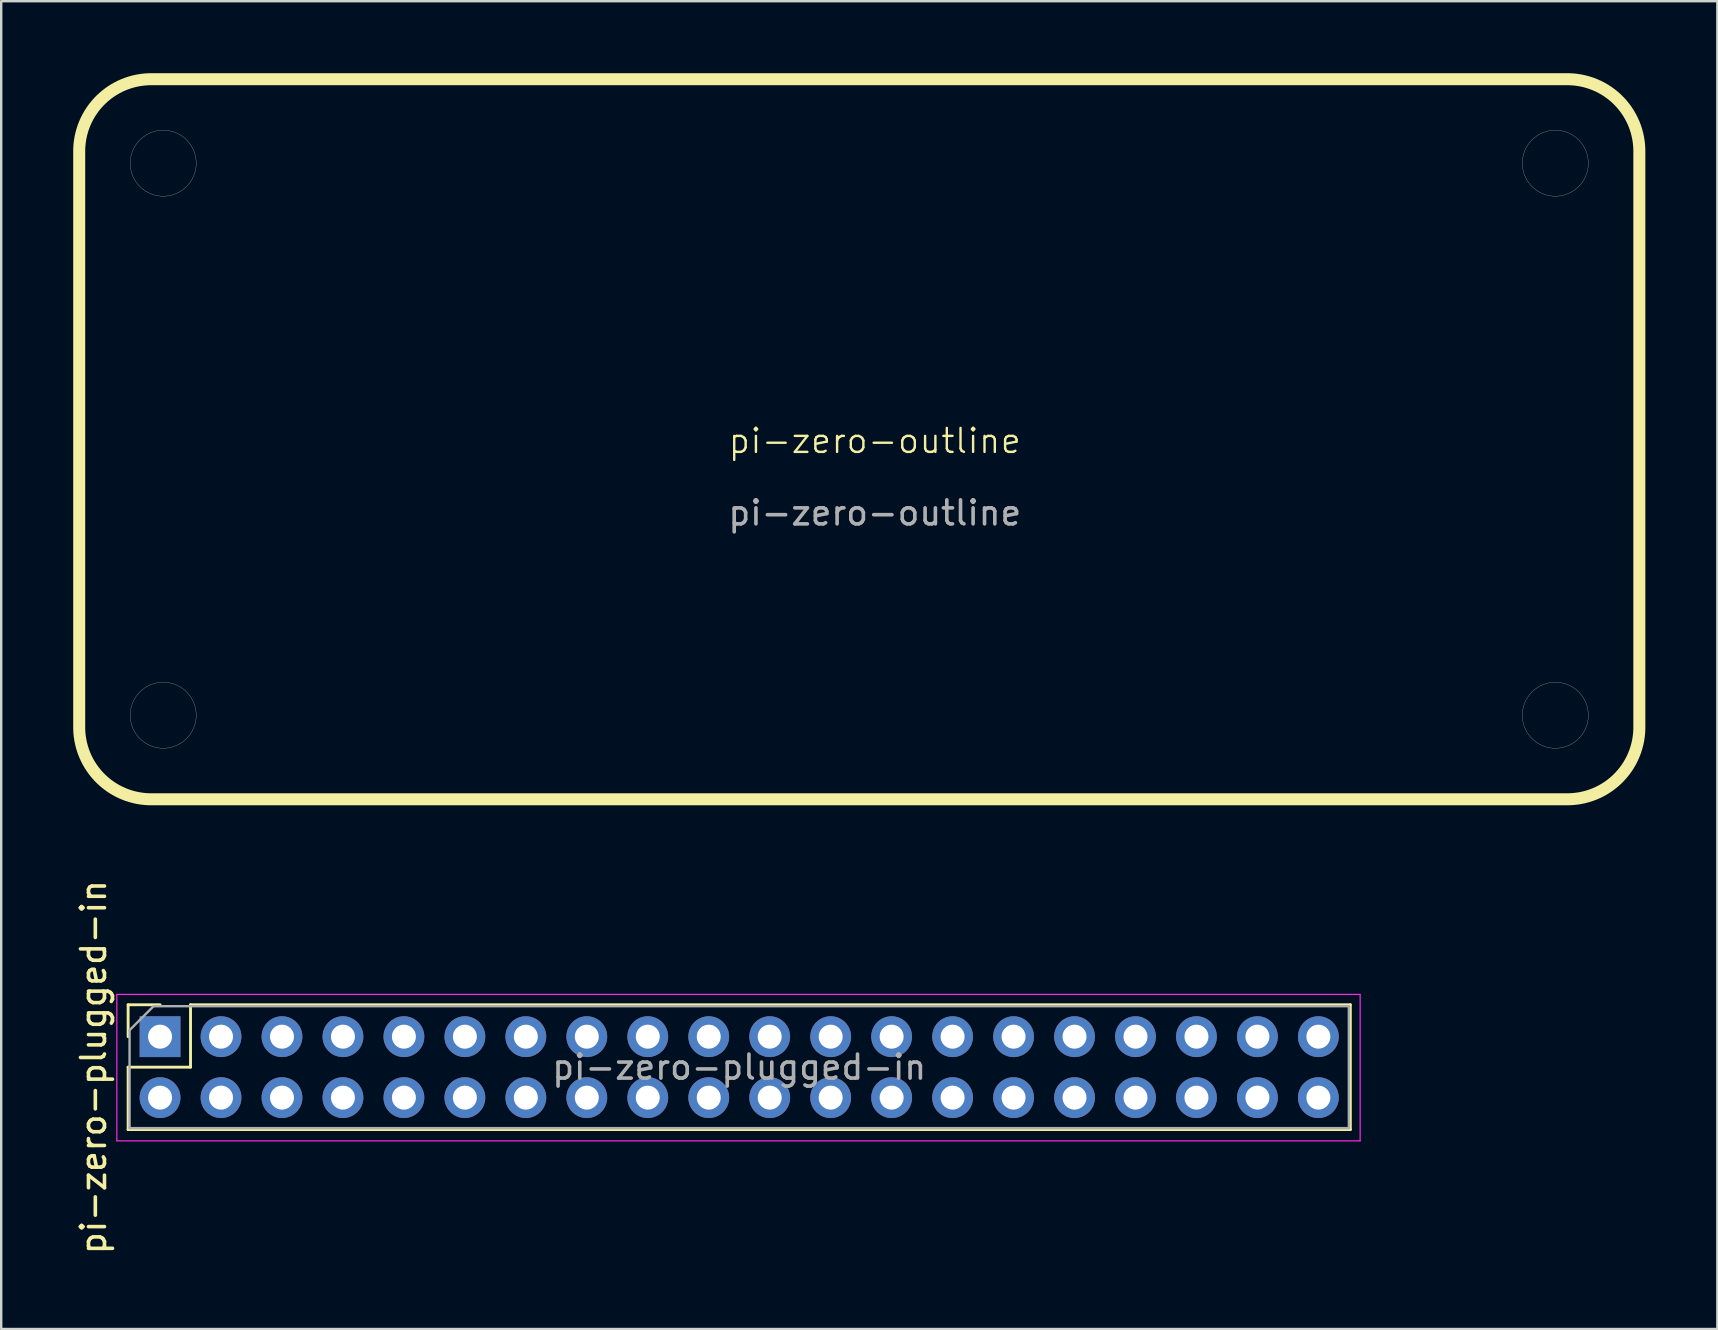
<source format=kicad_pcb>
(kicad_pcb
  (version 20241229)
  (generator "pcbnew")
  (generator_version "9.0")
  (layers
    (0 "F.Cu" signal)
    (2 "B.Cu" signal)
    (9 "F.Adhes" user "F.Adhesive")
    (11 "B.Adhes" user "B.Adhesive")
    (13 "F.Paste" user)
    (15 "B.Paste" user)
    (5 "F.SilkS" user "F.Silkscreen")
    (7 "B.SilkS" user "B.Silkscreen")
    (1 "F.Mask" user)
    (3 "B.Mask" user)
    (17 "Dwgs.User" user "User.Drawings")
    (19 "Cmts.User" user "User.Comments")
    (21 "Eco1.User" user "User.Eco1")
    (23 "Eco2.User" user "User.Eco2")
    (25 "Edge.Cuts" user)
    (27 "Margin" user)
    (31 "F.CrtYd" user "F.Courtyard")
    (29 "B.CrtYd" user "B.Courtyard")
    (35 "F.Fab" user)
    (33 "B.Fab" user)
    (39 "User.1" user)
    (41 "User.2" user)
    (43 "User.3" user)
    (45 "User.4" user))
  (footprint "pi-zero-outline"
    (layer "F.Cu")
    (at 33.397 15.82)
    (property "Reference" "pi-zero-outline" (at 0 -0.5 0) (unlocked yes) (layer "F.SilkS") (effects (font (size 1 1) (thickness 0.1))))
    (fp_poly (pts (arc (start -30.146999 -15.569999) (mid -32.26832 -14.691319) (end -33.147 -12.569998)) (arc (start -33.147 11.43) (mid -32.26832 13.551321) (end -30.146999 14.430001)) (arc (start 28.853 14.430001) (mid 30.97432 13.551321) (end 31.853 11.430001)) (arc (start 31.853 -12.569999) (mid 30.97432 -14.691319) (end 28.853 -15.569999))) (stroke (width 0.5) (type solid)) (fill no) (layer "F.SilkS"))
    (fp_circle (center -29.647 -12.07) (end -28.272 -12.07) (stroke (width 0.01) (type default)) (fill no) (layer "Edge.Cuts"))
    (fp_circle (center -29.647 10.93) (end -28.272 10.93) (stroke (width 0.01) (type default)) (fill no) (layer "Edge.Cuts"))
    (fp_circle (center 28.353 -12.07) (end 29.728 -12.07) (stroke (width 0.01) (type default)) (fill no) (layer "Edge.Cuts"))
    (fp_circle (center 28.353 10.93) (end 29.728 10.93) (stroke (width 0.01) (type default)) (fill no) (layer "Edge.Cuts"))
    (fp_poly (pts (xy -26.047 -9.53) (xy 24.753 -9.53) (xy 24.753 -14.61) (xy -26.047 -14.61)) (stroke (width 0.1) (type solid)) (fill no) (layer "User.1"))
    (fp_text user "${REFERENCE}" (at 0 2.5 0) (unlocked yes) (layer "F.Fab") (effects (font (size 1 1) (thickness 0.15)))))
  (footprint "pi-zero-plugged-in"
    (layer "F.Cu")
    (at 27.748 41.665)
    (property "Reference" "pi-zero-plugged-in" (at -26.9 -0.254 90) (layer "F.SilkS") (effects (font (size 1 1) (thickness 0.15))))
    (attr through_hole)
    (fp_line (start -25.46 -2.854) (end -24.13 -2.854) (stroke (width 0.12) (type solid)) (layer "F.SilkS"))
    (fp_line (start -25.46 -1.524) (end -25.46 -2.854) (stroke (width 0.12) (type solid)) (layer "F.SilkS"))
    (fp_line (start -25.46 -0.254) (end -22.86 -0.254) (stroke (width 0.12) (type solid)) (layer "F.SilkS"))
    (fp_line (start -25.46 2.346) (end -25.46 -0.254) (stroke (width 0.12) (type solid)) (layer "F.SilkS"))
    (fp_line (start -25.46 2.346) (end 25.46 2.346) (stroke (width 0.12) (type solid)) (layer "F.SilkS"))
    (fp_line (start -22.86 -2.854) (end 25.46 -2.854) (stroke (width 0.12) (type solid)) (layer "F.SilkS"))
    (fp_line (start -22.86 -0.254) (end -22.86 -2.854) (stroke (width 0.12) (type solid)) (layer "F.SilkS"))
    (fp_line (start 25.46 2.346) (end 25.46 -2.854) (stroke (width 0.12) (type solid)) (layer "F.SilkS"))
    (fp_line (start -25.93 -3.284) (end 25.87 -3.284) (stroke (width 0.05) (type solid)) (layer "F.CrtYd"))
    (fp_line (start -25.93 2.816) (end -25.93 -3.284) (stroke (width 0.05) (type solid)) (layer "F.CrtYd"))
    (fp_line (start 25.87 -3.284) (end 25.87 2.816) (stroke (width 0.05) (type solid)) (layer "F.CrtYd"))
    (fp_line (start 25.87 2.816) (end -25.93 2.816) (stroke (width 0.05) (type solid)) (layer "F.CrtYd"))
    (fp_line (start -25.4 -1.794) (end -24.4 -2.794) (stroke (width 0.1) (type solid)) (layer "F.Fab"))
    (fp_line (start -25.4 2.286) (end -25.4 -1.794) (stroke (width 0.1) (type solid)) (layer "F.Fab"))
    (fp_line (start -24.4 -2.794) (end 25.4 -2.794) (stroke (width 0.1) (type solid)) (layer "F.Fab"))
    (fp_line (start 25.4 -2.794) (end 25.4 2.286) (stroke (width 0.1) (type solid)) (layer "F.Fab"))
    (fp_line (start 25.4 2.286) (end -25.4 2.286) (stroke (width 0.1) (type solid)) (layer "F.Fab"))
    (fp_text user "${REFERENCE}" (at 0 -0.254 180) (layer "F.Fab") (effects (font (size 1 1) (thickness 0.15))))
    (pad "1" thru_hole rect (at -24.13 -1.524 90) (size 1.7 1.7) (drill 1) (layers "*.Cu" "*.Mask"))
    (pad "2" thru_hole oval (at -24.13 1.016 90) (size 1.7 1.7) (drill 1) (layers "*.Cu" "*.Mask"))
    (pad "3" thru_hole oval (at -21.59 -1.524 90) (size 1.7 1.7) (drill 1) (layers "*.Cu" "*.Mask"))
    (pad "4" thru_hole oval (at -21.59 1.016 90) (size 1.7 1.7) (drill 1) (layers "*.Cu" "*.Mask"))
    (pad "5" thru_hole oval (at -19.05 -1.524 90) (size 1.7 1.7) (drill 1) (layers "*.Cu" "*.Mask"))
    (pad "6" thru_hole oval (at -19.05 1.016 90) (size 1.7 1.7) (drill 1) (layers "*.Cu" "*.Mask"))
    (pad "7" thru_hole oval (at -16.51 -1.524 90) (size 1.7 1.7) (drill 1) (layers "*.Cu" "*.Mask"))
    (pad "8" thru_hole oval (at -16.51 1.016 90) (size 1.7 1.7) (drill 1) (layers "*.Cu" "*.Mask"))
    (pad "9" thru_hole oval (at -13.97 -1.524 90) (size 1.7 1.7) (drill 1) (layers "*.Cu" "*.Mask"))
    (pad "10" thru_hole oval (at -13.97 1.016 90) (size 1.7 1.7) (drill 1) (layers "*.Cu" "*.Mask"))
    (pad "11" thru_hole oval (at -11.43 -1.524 90) (size 1.7 1.7) (drill 1) (layers "*.Cu" "*.Mask"))
    (pad "12" thru_hole oval (at -11.43 1.016 90) (size 1.7 1.7) (drill 1) (layers "*.Cu" "*.Mask"))
    (pad "13" thru_hole oval (at -8.89 -1.524 90) (size 1.7 1.7) (drill 1) (layers "*.Cu" "*.Mask"))
    (pad "14" thru_hole oval (at -8.89 1.016 90) (size 1.7 1.7) (drill 1) (layers "*.Cu" "*.Mask"))
    (pad "15" thru_hole oval (at -6.35 -1.524 90) (size 1.7 1.7) (drill 1) (layers "*.Cu" "*.Mask"))
    (pad "16" thru_hole oval (at -6.35 1.016 90) (size 1.7 1.7) (drill 1) (layers "*.Cu" "*.Mask"))
    (pad "17" thru_hole oval (at -3.81 -1.524 90) (size 1.7 1.7) (drill 1) (layers "*.Cu" "*.Mask"))
    (pad "18" thru_hole oval (at -3.81 1.016 90) (size 1.7 1.7) (drill 1) (layers "*.Cu" "*.Mask"))
    (pad "19" thru_hole oval (at -1.27 -1.524 90) (size 1.7 1.7) (drill 1) (layers "*.Cu" "*.Mask"))
    (pad "20" thru_hole oval (at -1.27 1.016 90) (size 1.7 1.7) (drill 1) (layers "*.Cu" "*.Mask"))
    (pad "21" thru_hole oval (at 1.27 -1.524 90) (size 1.7 1.7) (drill 1) (layers "*.Cu" "*.Mask"))
    (pad "22" thru_hole oval (at 1.27 1.016 90) (size 1.7 1.7) (drill 1) (layers "*.Cu" "*.Mask"))
    (pad "23" thru_hole oval (at 3.81 -1.524 90) (size 1.7 1.7) (drill 1) (layers "*.Cu" "*.Mask"))
    (pad "24" thru_hole oval (at 3.81 1.016 90) (size 1.7 1.7) (drill 1) (layers "*.Cu" "*.Mask"))
    (pad "25" thru_hole oval (at 6.35 -1.524 90) (size 1.7 1.7) (drill 1) (layers "*.Cu" "*.Mask"))
    (pad "26" thru_hole oval (at 6.35 1.016 90) (size 1.7 1.7) (drill 1) (layers "*.Cu" "*.Mask"))
    (pad "27" thru_hole oval (at 8.89 -1.524 90) (size 1.7 1.7) (drill 1) (layers "*.Cu" "*.Mask"))
    (pad "28" thru_hole oval (at 8.89 1.016 90) (size 1.7 1.7) (drill 1) (layers "*.Cu" "*.Mask"))
    (pad "29" thru_hole oval (at 11.43 -1.524 90) (size 1.7 1.7) (drill 1) (layers "*.Cu" "*.Mask"))
    (pad "30" thru_hole oval (at 11.43 1.016 90) (size 1.7 1.7) (drill 1) (layers "*.Cu" "*.Mask"))
    (pad "31" thru_hole oval (at 13.97 -1.524 90) (size 1.7 1.7) (drill 1) (layers "*.Cu" "*.Mask"))
    (pad "32" thru_hole oval (at 13.97 1.016 90) (size 1.7 1.7) (drill 1) (layers "*.Cu" "*.Mask"))
    (pad "33" thru_hole oval (at 16.51 -1.524 90) (size 1.7 1.7) (drill 1) (layers "*.Cu" "*.Mask"))
    (pad "34" thru_hole oval (at 16.51 1.016 90) (size 1.7 1.7) (drill 1) (layers "*.Cu" "*.Mask"))
    (pad "35" thru_hole oval (at 19.05 -1.524 90) (size 1.7 1.7) (drill 1) (layers "*.Cu" "*.Mask"))
    (pad "36" thru_hole oval (at 19.05 1.016 90) (size 1.7 1.7) (drill 1) (layers "*.Cu" "*.Mask"))
    (pad "37" thru_hole oval (at 21.59 -1.524 90) (size 1.7 1.7) (drill 1) (layers "*.Cu" "*.Mask"))
    (pad "38" thru_hole oval (at 21.59 1.016 90) (size 1.7 1.7) (drill 1) (layers "*.Cu" "*.Mask"))
    (pad "39" thru_hole oval (at 24.13 -1.524 90) (size 1.7 1.7) (drill 1) (layers "*.Cu" "*.Mask"))
    (pad "40" thru_hole oval (at 24.13 1.016 90) (size 1.7 1.7) (drill 1) (layers "*.Cu" "*.Mask")))
  (gr_rect
    (start -3 -3)
    (end 68.5 52.321)
    (stroke (width 0.1) (type default))
    (fill no)
    (layer "Edge.Cuts")))
</source>
